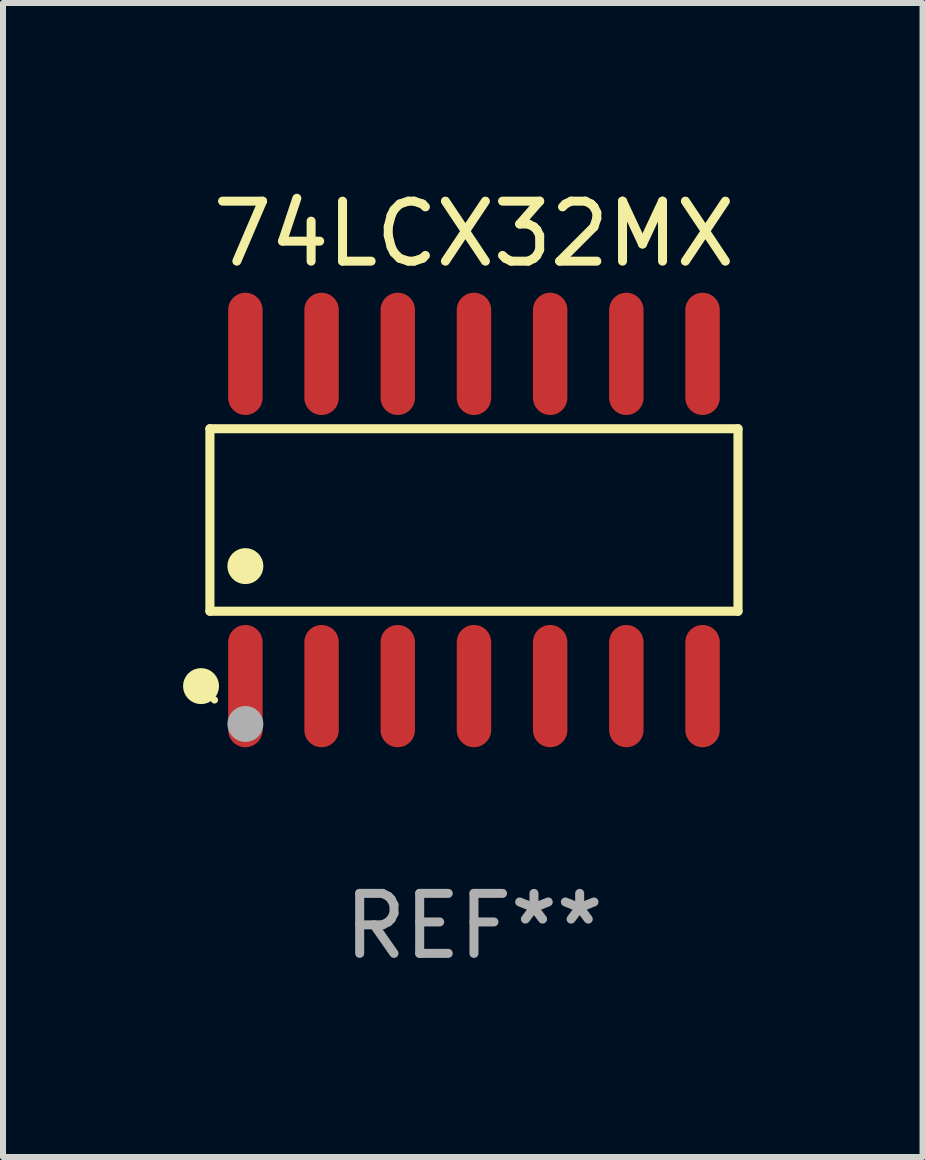
<source format=kicad_pcb>
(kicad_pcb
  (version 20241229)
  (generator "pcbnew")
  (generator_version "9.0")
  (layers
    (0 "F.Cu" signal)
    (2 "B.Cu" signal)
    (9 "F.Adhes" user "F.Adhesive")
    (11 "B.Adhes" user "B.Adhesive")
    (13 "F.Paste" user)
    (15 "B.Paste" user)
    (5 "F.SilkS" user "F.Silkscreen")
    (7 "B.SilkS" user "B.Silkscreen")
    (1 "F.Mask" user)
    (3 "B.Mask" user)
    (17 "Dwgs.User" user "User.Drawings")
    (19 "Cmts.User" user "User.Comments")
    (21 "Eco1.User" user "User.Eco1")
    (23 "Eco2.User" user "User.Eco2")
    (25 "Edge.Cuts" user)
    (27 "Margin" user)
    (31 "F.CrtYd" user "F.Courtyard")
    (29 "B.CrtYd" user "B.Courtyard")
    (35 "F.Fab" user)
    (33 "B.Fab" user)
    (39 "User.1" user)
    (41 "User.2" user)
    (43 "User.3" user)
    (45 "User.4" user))
  (footprint "74LCX32MX"
    (layer "F.Cu")
    (at 4.85 5.617)
    (property "Reference" "74LCX32MX" (at 0 -4.769 0) (layer "F.SilkS") (effects (font (size 1 1) (thickness 0.15))))
    (attr through_hole)
    (fp_line (start -4.401 -1.521) (end 4.401 -1.521) (stroke (width 0.152) (type solid)) (layer "F.SilkS"))
    (fp_line (start -4.401 1.521) (end -4.401 -1.521) (stroke (width 0.152) (type solid)) (layer "F.SilkS"))
    (fp_line (start 4.401 -1.521) (end 4.401 1.521) (stroke (width 0.152) (type solid)) (layer "F.SilkS"))
    (fp_line (start 4.401 1.521) (end -4.401 1.521) (stroke (width 0.152) (type solid)) (layer "F.SilkS"))
    (fp_circle (center -4.549 2.769) (end -4.399 2.769) (stroke (width 0.3) (type solid)) (fill no) (layer "F.SilkS"))
    (fp_circle (center -4.325 3) (end -4.295 3) (stroke (width 0.06) (type solid)) (fill no) (layer "F.SilkS"))
    (fp_circle (center -3.81 0.769) (end -3.66 0.769) (stroke (width 0.3) (type solid)) (fill no) (layer "F.SilkS"))
    (fp_circle (center -3.81 3.4) (end -3.66 3.4) (stroke (width 0.3) (type solid)) (fill no) (layer "F.Fab"))
    (fp_text user "REF**" (at 0 6.769 0) (layer "F.Fab") (effects (font (size 1 1) (thickness 0.15))))
    (pad "1" smd oval (at -3.81 2.769) (size 0.574 2.038) (layers "F.Cu" "F.Mask" "F.Paste"))
    (pad "2" smd oval (at -2.54 2.769) (size 0.574 2.038) (layers "F.Cu" "F.Mask" "F.Paste"))
    (pad "3" smd oval (at -1.27 2.769) (size 0.574 2.038) (layers "F.Cu" "F.Mask" "F.Paste"))
    (pad "4" smd oval (at 0 2.769) (size 0.574 2.038) (layers "F.Cu" "F.Mask" "F.Paste"))
    (pad "5" smd oval (at 1.27 2.769) (size 0.574 2.038) (layers "F.Cu" "F.Mask" "F.Paste"))
    (pad "6" smd oval (at 2.54 2.769) (size 0.574 2.038) (layers "F.Cu" "F.Mask" "F.Paste"))
    (pad "7" smd oval (at 3.81 2.769) (size 0.574 2.038) (layers "F.Cu" "F.Mask" "F.Paste"))
    (pad "8" smd oval (at 3.81 -2.769) (size 0.574 2.038) (layers "F.Cu" "F.Mask" "F.Paste"))
    (pad "9" smd oval (at 2.54 -2.769) (size 0.574 2.038) (layers "F.Cu" "F.Mask" "F.Paste"))
    (pad "10" smd oval (at 1.27 -2.769) (size 0.574 2.038) (layers "F.Cu" "F.Mask" "F.Paste"))
    (pad "11" smd oval (at 0 -2.769) (size 0.574 2.038) (layers "F.Cu" "F.Mask" "F.Paste"))
    (pad "12" smd oval (at -1.27 -2.769) (size 0.574 2.038) (layers "F.Cu" "F.Mask" "F.Paste"))
    (pad "13" smd oval (at -2.54 -2.769) (size 0.574 2.038) (layers "F.Cu" "F.Mask" "F.Paste"))
    (pad "14" smd oval (at -3.81 -2.769) (size 0.574 2.038) (layers "F.Cu" "F.Mask" "F.Paste")))
  (gr_rect
    (start -3 -3)
    (end 12.327 16.235)
    (stroke (width 0.1) (type default))
    (fill no)
    (layer "Edge.Cuts")))
</source>
